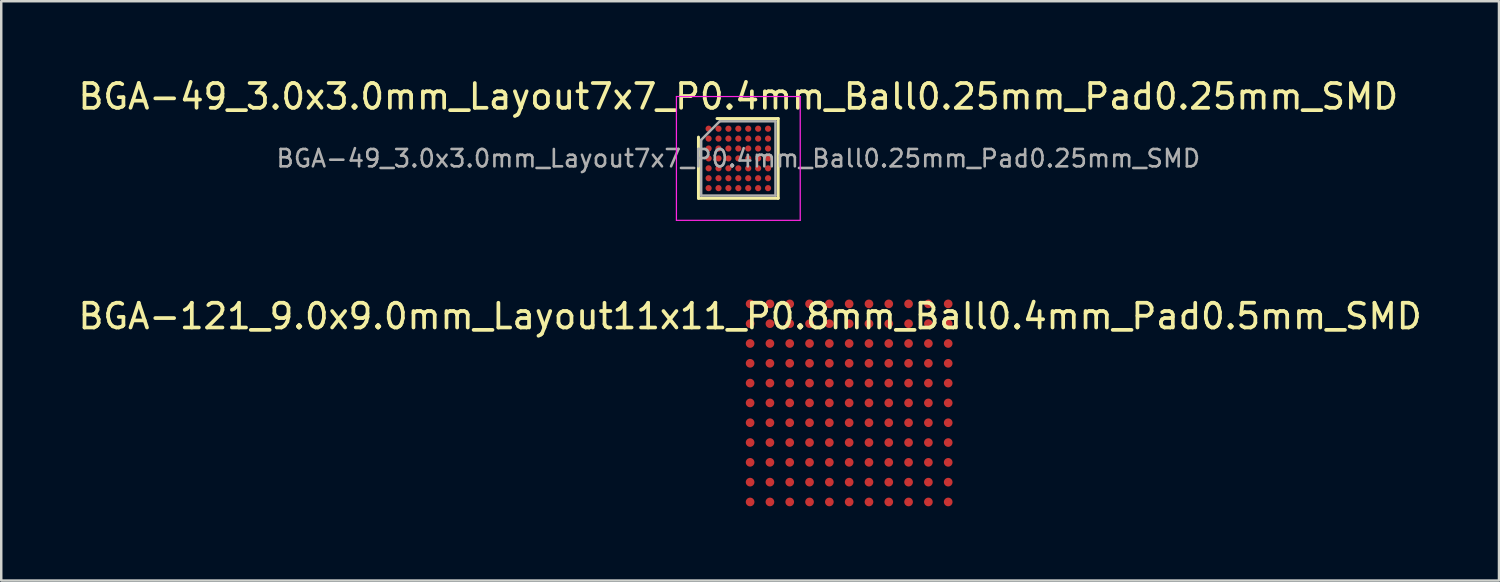
<source format=kicad_pcb>
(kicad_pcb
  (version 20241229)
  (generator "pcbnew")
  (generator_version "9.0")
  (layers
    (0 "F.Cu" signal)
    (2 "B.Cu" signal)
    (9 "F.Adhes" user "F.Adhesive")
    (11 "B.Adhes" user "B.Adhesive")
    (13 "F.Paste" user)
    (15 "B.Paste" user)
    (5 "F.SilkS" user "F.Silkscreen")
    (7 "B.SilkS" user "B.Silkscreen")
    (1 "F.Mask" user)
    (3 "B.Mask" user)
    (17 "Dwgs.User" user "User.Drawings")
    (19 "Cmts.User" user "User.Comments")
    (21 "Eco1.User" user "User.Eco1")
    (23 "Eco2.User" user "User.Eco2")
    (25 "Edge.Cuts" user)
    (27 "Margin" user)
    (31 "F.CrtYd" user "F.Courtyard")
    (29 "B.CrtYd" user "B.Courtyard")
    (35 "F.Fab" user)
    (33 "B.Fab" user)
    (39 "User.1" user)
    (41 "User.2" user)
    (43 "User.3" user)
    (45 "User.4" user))
  (footprint "BGA-121_9.0x9.0mm_Layout11x11_P0.8mm_Ball0.4mm_Pad0.5mm_SMD"
    (layer "F.Cu")
    (at 27.244 9.222)
    (property "Reference" "BGA-121_9.0x9.0mm_Layout11x11_P0.8mm_Ball0.4mm_Pad0.5mm_SMD" (at 0 0.5 0) (layer "F.SilkS") (effects (font (size 1 1) (thickness 0.15))))
    (attr through_hole)
    (pad "A1" smd circle (at 0 0) (size 0.35 0.35) (layers "F.Cu" "F.Mask" "F.Paste"))
    (pad "A2" smd circle (at 0.8 0) (size 0.35 0.35) (layers "F.Cu" "F.Mask" "F.Paste"))
    (pad "A3" smd circle (at 1.6 0) (size 0.35 0.35) (layers "F.Cu" "F.Mask" "F.Paste"))
    (pad "A4" smd circle (at 2.4 0) (size 0.35 0.35) (layers "F.Cu" "F.Mask" "F.Paste"))
    (pad "A5" smd circle (at 3.2 0) (size 0.35 0.35) (layers "F.Cu" "F.Mask" "F.Paste"))
    (pad "A6" smd circle (at 4 0) (size 0.35 0.35) (layers "F.Cu" "F.Mask" "F.Paste"))
    (pad "A7" smd circle (at 4.8 0) (size 0.35 0.35) (layers "F.Cu" "F.Mask" "F.Paste"))
    (pad "A8" smd circle (at 5.6 0) (size 0.35 0.35) (layers "F.Cu" "F.Mask" "F.Paste"))
    (pad "A9" smd circle (at 6.4 0) (size 0.35 0.35) (layers "F.Cu" "F.Mask" "F.Paste"))
    (pad "A10" smd circle (at 7.2 0) (size 0.35 0.35) (layers "F.Cu" "F.Mask" "F.Paste"))
    (pad "A11" smd circle (at 8 0) (size 0.35 0.35) (layers "F.Cu" "F.Mask" "F.Paste"))
    (pad "B1" smd circle (at 0 0.8) (size 0.35 0.35) (layers "F.Cu" "F.Mask" "F.Paste"))
    (pad "B2" smd circle (at 0.8 0.8) (size 0.35 0.35) (layers "F.Cu" "F.Mask" "F.Paste"))
    (pad "B3" smd circle (at 1.6 0.8) (size 0.35 0.35) (layers "F.Cu" "F.Mask" "F.Paste"))
    (pad "B4" smd circle (at 2.4 0.8) (size 0.35 0.35) (layers "F.Cu" "F.Mask" "F.Paste"))
    (pad "B5" smd circle (at 3.2 0.8) (size 0.35 0.35) (layers "F.Cu" "F.Mask" "F.Paste"))
    (pad "B6" smd circle (at 4 0.8) (size 0.35 0.35) (layers "F.Cu" "F.Mask" "F.Paste"))
    (pad "B7" smd circle (at 4.8 0.8) (size 0.35 0.35) (layers "F.Cu" "F.Mask" "F.Paste"))
    (pad "B8" smd circle (at 5.6 0.8) (size 0.35 0.35) (layers "F.Cu" "F.Mask" "F.Paste"))
    (pad "B9" smd circle (at 6.4 0.8) (size 0.35 0.35) (layers "F.Cu" "F.Mask" "F.Paste"))
    (pad "B10" smd circle (at 7.2 0.8) (size 0.35 0.35) (layers "F.Cu" "F.Mask" "F.Paste"))
    (pad "B11" smd circle (at 8 0.8) (size 0.35 0.35) (layers "F.Cu" "F.Mask" "F.Paste"))
    (pad "C1" smd circle (at 0 1.6) (size 0.35 0.35) (layers "F.Cu" "F.Mask" "F.Paste"))
    (pad "C2" smd circle (at 0.8 1.6) (size 0.35 0.35) (layers "F.Cu" "F.Mask" "F.Paste"))
    (pad "C3" smd circle (at 1.6 1.6) (size 0.35 0.35) (layers "F.Cu" "F.Mask" "F.Paste"))
    (pad "C4" smd circle (at 2.4 1.6) (size 0.35 0.35) (layers "F.Cu" "F.Mask" "F.Paste"))
    (pad "C5" smd circle (at 3.2 1.6) (size 0.35 0.35) (layers "F.Cu" "F.Mask" "F.Paste"))
    (pad "C6" smd circle (at 4 1.6) (size 0.35 0.35) (layers "F.Cu" "F.Mask" "F.Paste"))
    (pad "C7" smd circle (at 4.8 1.6) (size 0.35 0.35) (layers "F.Cu" "F.Mask" "F.Paste"))
    (pad "C8" smd circle (at 5.6 1.6) (size 0.35 0.35) (layers "F.Cu" "F.Mask" "F.Paste"))
    (pad "C9" smd circle (at 6.4 1.6) (size 0.35 0.35) (layers "F.Cu" "F.Mask" "F.Paste"))
    (pad "C10" smd circle (at 7.2 1.6) (size 0.35 0.35) (layers "F.Cu" "F.Mask" "F.Paste"))
    (pad "C11" smd circle (at 8 1.6) (size 0.35 0.35) (layers "F.Cu" "F.Mask" "F.Paste"))
    (pad "D1" smd circle (at 0 2.4) (size 0.35 0.35) (layers "F.Cu" "F.Mask" "F.Paste"))
    (pad "D2" smd circle (at 0.8 2.4) (size 0.35 0.35) (layers "F.Cu" "F.Mask" "F.Paste"))
    (pad "D3" smd circle (at 1.6 2.4) (size 0.35 0.35) (layers "F.Cu" "F.Mask" "F.Paste"))
    (pad "D4" smd circle (at 2.4 2.4) (size 0.35 0.35) (layers "F.Cu" "F.Mask" "F.Paste"))
    (pad "D5" smd circle (at 3.2 2.4) (size 0.35 0.35) (layers "F.Cu" "F.Mask" "F.Paste"))
    (pad "D6" smd circle (at 4 2.4) (size 0.35 0.35) (layers "F.Cu" "F.Mask" "F.Paste"))
    (pad "D7" smd circle (at 4.8 2.4) (size 0.35 0.35) (layers "F.Cu" "F.Mask" "F.Paste"))
    (pad "D8" smd circle (at 5.6 2.4) (size 0.35 0.35) (layers "F.Cu" "F.Mask" "F.Paste"))
    (pad "D9" smd circle (at 6.4 2.4) (size 0.35 0.35) (layers "F.Cu" "F.Mask" "F.Paste"))
    (pad "D10" smd circle (at 7.2 2.4) (size 0.35 0.35) (layers "F.Cu" "F.Mask" "F.Paste"))
    (pad "D11" smd circle (at 8 2.4) (size 0.35 0.35) (layers "F.Cu" "F.Mask" "F.Paste"))
    (pad "E1" smd circle (at 0 3.2) (size 0.35 0.35) (layers "F.Cu" "F.Mask" "F.Paste"))
    (pad "E2" smd circle (at 0.8 3.2) (size 0.35 0.35) (layers "F.Cu" "F.Mask" "F.Paste"))
    (pad "E3" smd circle (at 1.6 3.2) (size 0.35 0.35) (layers "F.Cu" "F.Mask" "F.Paste"))
    (pad "E4" smd circle (at 2.4 3.2) (size 0.35 0.35) (layers "F.Cu" "F.Mask" "F.Paste"))
    (pad "E5" smd circle (at 3.2 3.2) (size 0.35 0.35) (layers "F.Cu" "F.Mask" "F.Paste"))
    (pad "E6" smd circle (at 4 3.2) (size 0.35 0.35) (layers "F.Cu" "F.Mask" "F.Paste"))
    (pad "E7" smd circle (at 4.8 3.2) (size 0.35 0.35) (layers "F.Cu" "F.Mask" "F.Paste"))
    (pad "E8" smd circle (at 5.6 3.2) (size 0.35 0.35) (layers "F.Cu" "F.Mask" "F.Paste"))
    (pad "E9" smd circle (at 6.4 3.2) (size 0.35 0.35) (layers "F.Cu" "F.Mask" "F.Paste"))
    (pad "E10" smd circle (at 7.2 3.2) (size 0.35 0.35) (layers "F.Cu" "F.Mask" "F.Paste"))
    (pad "E11" smd circle (at 8 3.2) (size 0.35 0.35) (layers "F.Cu" "F.Mask" "F.Paste"))
    (pad "F1" smd circle (at 0 4) (size 0.35 0.35) (layers "F.Cu" "F.Mask" "F.Paste"))
    (pad "F2" smd circle (at 0.8 4) (size 0.35 0.35) (layers "F.Cu" "F.Mask" "F.Paste"))
    (pad "F3" smd circle (at 1.6 4) (size 0.35 0.35) (layers "F.Cu" "F.Mask" "F.Paste"))
    (pad "F4" smd circle (at 2.4 4) (size 0.35 0.35) (layers "F.Cu" "F.Mask" "F.Paste"))
    (pad "F5" smd circle (at 3.2 4) (size 0.35 0.35) (layers "F.Cu" "F.Mask" "F.Paste"))
    (pad "F6" smd circle (at 4 4) (size 0.35 0.35) (layers "F.Cu" "F.Mask" "F.Paste"))
    (pad "F7" smd circle (at 4.8 4) (size 0.35 0.35) (layers "F.Cu" "F.Mask" "F.Paste"))
    (pad "F8" smd circle (at 5.6 4) (size 0.35 0.35) (layers "F.Cu" "F.Mask" "F.Paste"))
    (pad "F9" smd circle (at 6.4 4) (size 0.35 0.35) (layers "F.Cu" "F.Mask" "F.Paste"))
    (pad "F10" smd circle (at 7.2 4) (size 0.35 0.35) (layers "F.Cu" "F.Mask" "F.Paste"))
    (pad "F11" smd circle (at 8 4) (size 0.35 0.35) (layers "F.Cu" "F.Mask" "F.Paste"))
    (pad "G1" smd circle (at 0 4.8) (size 0.35 0.35) (layers "F.Cu" "F.Mask" "F.Paste"))
    (pad "G2" smd circle (at 0.8 4.8) (size 0.35 0.35) (layers "F.Cu" "F.Mask" "F.Paste"))
    (pad "G3" smd circle (at 1.6 4.8) (size 0.35 0.35) (layers "F.Cu" "F.Mask" "F.Paste"))
    (pad "G4" smd circle (at 2.4 4.8) (size 0.35 0.35) (layers "F.Cu" "F.Mask" "F.Paste"))
    (pad "G5" smd circle (at 3.2 4.8) (size 0.35 0.35) (layers "F.Cu" "F.Mask" "F.Paste"))
    (pad "G6" smd circle (at 4 4.8) (size 0.35 0.35) (layers "F.Cu" "F.Mask" "F.Paste"))
    (pad "G7" smd circle (at 4.8 4.8) (size 0.35 0.35) (layers "F.Cu" "F.Mask" "F.Paste"))
    (pad "G8" smd circle (at 5.6 4.8) (size 0.35 0.35) (layers "F.Cu" "F.Mask" "F.Paste"))
    (pad "G9" smd circle (at 6.4 4.8) (size 0.35 0.35) (layers "F.Cu" "F.Mask" "F.Paste"))
    (pad "G10" smd circle (at 7.2 4.8) (size 0.35 0.35) (layers "F.Cu" "F.Mask" "F.Paste"))
    (pad "G11" smd circle (at 8 4.8) (size 0.35 0.35) (layers "F.Cu" "F.Mask" "F.Paste"))
    (pad "H1" smd circle (at 0 5.6) (size 0.35 0.35) (layers "F.Cu" "F.Mask" "F.Paste"))
    (pad "H2" smd circle (at 0.8 5.6) (size 0.35 0.35) (layers "F.Cu" "F.Mask" "F.Paste"))
    (pad "H3" smd circle (at 1.6 5.6) (size 0.35 0.35) (layers "F.Cu" "F.Mask" "F.Paste"))
    (pad "H4" smd circle (at 2.4 5.6) (size 0.35 0.35) (layers "F.Cu" "F.Mask" "F.Paste"))
    (pad "H5" smd circle (at 3.2 5.6) (size 0.35 0.35) (layers "F.Cu" "F.Mask" "F.Paste"))
    (pad "H6" smd circle (at 4 5.6) (size 0.35 0.35) (layers "F.Cu" "F.Mask" "F.Paste"))
    (pad "H7" smd circle (at 4.8 5.6) (size 0.35 0.35) (layers "F.Cu" "F.Mask" "F.Paste"))
    (pad "H8" smd circle (at 5.6 5.6) (size 0.35 0.35) (layers "F.Cu" "F.Mask" "F.Paste"))
    (pad "H9" smd circle (at 6.4 5.6) (size 0.35 0.35) (layers "F.Cu" "F.Mask" "F.Paste"))
    (pad "H10" smd circle (at 7.2 5.6) (size 0.35 0.35) (layers "F.Cu" "F.Mask" "F.Paste"))
    (pad "H11" smd circle (at 8 5.6) (size 0.35 0.35) (layers "F.Cu" "F.Mask" "F.Paste"))
    (pad "J1" smd circle (at 0 6.4) (size 0.35 0.35) (layers "F.Cu" "F.Mask" "F.Paste"))
    (pad "J2" smd circle (at 0.8 6.4) (size 0.35 0.35) (layers "F.Cu" "F.Mask" "F.Paste"))
    (pad "J3" smd circle (at 1.6 6.4) (size 0.35 0.35) (layers "F.Cu" "F.Mask" "F.Paste"))
    (pad "J4" smd circle (at 2.4 6.4) (size 0.35 0.35) (layers "F.Cu" "F.Mask" "F.Paste"))
    (pad "J5" smd circle (at 3.2 6.4) (size 0.35 0.35) (layers "F.Cu" "F.Mask" "F.Paste"))
    (pad "J6" smd circle (at 4 6.4) (size 0.35 0.35) (layers "F.Cu" "F.Mask" "F.Paste"))
    (pad "J7" smd circle (at 4.8 6.4) (size 0.35 0.35) (layers "F.Cu" "F.Mask" "F.Paste"))
    (pad "J8" smd circle (at 5.6 6.4) (size 0.35 0.35) (layers "F.Cu" "F.Mask" "F.Paste"))
    (pad "J9" smd circle (at 6.4 6.4) (size 0.35 0.35) (layers "F.Cu" "F.Mask" "F.Paste"))
    (pad "J10" smd circle (at 7.2 6.4) (size 0.35 0.35) (layers "F.Cu" "F.Mask" "F.Paste"))
    (pad "J11" smd circle (at 8 6.4) (size 0.35 0.35) (layers "F.Cu" "F.Mask" "F.Paste"))
    (pad "K1" smd circle (at 0 7.2) (size 0.35 0.35) (layers "F.Cu" "F.Mask" "F.Paste"))
    (pad "K2" smd circle (at 0.8 7.2) (size 0.35 0.35) (layers "F.Cu" "F.Mask" "F.Paste"))
    (pad "K3" smd circle (at 1.6 7.2) (size 0.35 0.35) (layers "F.Cu" "F.Mask" "F.Paste"))
    (pad "K4" smd circle (at 2.4 7.2) (size 0.35 0.35) (layers "F.Cu" "F.Mask" "F.Paste"))
    (pad "K5" smd circle (at 3.2 7.2) (size 0.35 0.35) (layers "F.Cu" "F.Mask" "F.Paste"))
    (pad "K6" smd circle (at 4 7.2) (size 0.35 0.35) (layers "F.Cu" "F.Mask" "F.Paste"))
    (pad "K7" smd circle (at 4.8 7.2) (size 0.35 0.35) (layers "F.Cu" "F.Mask" "F.Paste"))
    (pad "K8" smd circle (at 5.6 7.2) (size 0.35 0.35) (layers "F.Cu" "F.Mask" "F.Paste"))
    (pad "K9" smd circle (at 6.4 7.2) (size 0.35 0.35) (layers "F.Cu" "F.Mask" "F.Paste"))
    (pad "K10" smd circle (at 7.2 7.2) (size 0.35 0.35) (layers "F.Cu" "F.Mask" "F.Paste"))
    (pad "K11" smd circle (at 8 7.2) (size 0.35 0.35) (layers "F.Cu" "F.Mask" "F.Paste"))
    (pad "L1" smd circle (at 0 8) (size 0.35 0.35) (layers "F.Cu" "F.Mask" "F.Paste"))
    (pad "L2" smd circle (at 0.8 8) (size 0.35 0.35) (layers "F.Cu" "F.Mask" "F.Paste"))
    (pad "L3" smd circle (at 1.6 8) (size 0.35 0.35) (layers "F.Cu" "F.Mask" "F.Paste"))
    (pad "L4" smd circle (at 2.4 8) (size 0.35 0.35) (layers "F.Cu" "F.Mask" "F.Paste"))
    (pad "L5" smd circle (at 3.2 8) (size 0.35 0.35) (layers "F.Cu" "F.Mask" "F.Paste"))
    (pad "L6" smd circle (at 4 8) (size 0.35 0.35) (layers "F.Cu" "F.Mask" "F.Paste"))
    (pad "L7" smd circle (at 4.8 8) (size 0.35 0.35) (layers "F.Cu" "F.Mask" "F.Paste"))
    (pad "L8" smd circle (at 5.6 8) (size 0.35 0.35) (layers "F.Cu" "F.Mask" "F.Paste"))
    (pad "L9" smd circle (at 6.4 8) (size 0.35 0.35) (layers "F.Cu" "F.Mask" "F.Paste"))
    (pad "L10" smd circle (at 7.2 8) (size 0.35 0.35) (layers "F.Cu" "F.Mask" "F.Paste"))
    (pad "L11" smd circle (at 8 8) (size 0.35 0.35) (layers "F.Cu" "F.Mask" "F.Paste")))
  (footprint "BGA-49_3.0x3.0mm_Layout7x7_P0.4mm_Ball0.25mm_Pad0.25mm_SMD"
    (layer "F.Cu")
    (at 26.768 3.348)
    (property "Reference" "BGA-49_3.0x3.0mm_Layout7x7_P0.4mm_Ball0.25mm_Pad0.25mm_SMD" (at 0 -2.5 0) (layer "F.SilkS") (effects (font (size 1 1) (thickness 0.15))))
    (attr smd)
    (fp_line (start -1.61 1.61) (end -1.61 -0.86) (stroke (width 0.12) (type solid)) (layer "F.SilkS"))
    (fp_line (start -0.86 -1.61) (end 1.61 -1.61) (stroke (width 0.12) (type solid)) (layer "F.SilkS"))
    (fp_line (start 1.61 -1.61) (end 1.61 1.61) (stroke (width 0.12) (type solid)) (layer "F.SilkS"))
    (fp_line (start 1.61 1.61) (end -1.61 1.61) (stroke (width 0.12) (type solid)) (layer "F.SilkS"))
    (fp_line (start -2.5 -2.5) (end -2.5 2.5) (stroke (width 0.05) (type solid)) (layer "F.CrtYd"))
    (fp_line (start -2.5 2.5) (end 2.5 2.5) (stroke (width 0.05) (type solid)) (layer "F.CrtYd"))
    (fp_line (start 2.5 -2.5) (end -2.5 -2.5) (stroke (width 0.05) (type solid)) (layer "F.CrtYd"))
    (fp_line (start 2.5 2.5) (end 2.5 -2.5) (stroke (width 0.05) (type solid)) (layer "F.CrtYd"))
    (fp_line (start -1.5 -0.75) (end -0.75 -1.5) (stroke (width 0.1) (type solid)) (layer "F.Fab"))
    (fp_line (start -1.5 1.5) (end -1.5 -0.75) (stroke (width 0.1) (type solid)) (layer "F.Fab"))
    (fp_line (start -0.75 -1.5) (end 1.5 -1.5) (stroke (width 0.1) (type solid)) (layer "F.Fab"))
    (fp_line (start 1.5 -1.5) (end 1.5 1.5) (stroke (width 0.1) (type solid)) (layer "F.Fab"))
    (fp_line (start 1.5 1.5) (end -1.5 1.5) (stroke (width 0.1) (type solid)) (layer "F.Fab"))
    (fp_text user "${REFERENCE}" (at 0 0 0) (layer "F.Fab") (effects (font (size 0.7 0.7) (thickness 0.105))))
    (pad "A1" smd circle (at -1.2 -1.2) (size 0.25 0.25) (layers "F.Cu" "F.Mask" "F.Paste"))
    (pad "A2" smd circle (at -0.8 -1.2) (size 0.25 0.25) (layers "F.Cu" "F.Mask" "F.Paste"))
    (pad "A3" smd circle (at -0.4 -1.2) (size 0.25 0.25) (layers "F.Cu" "F.Mask" "F.Paste"))
    (pad "A4" smd circle (at 0 -1.2) (size 0.25 0.25) (layers "F.Cu" "F.Mask" "F.Paste"))
    (pad "A5" smd circle (at 0.4 -1.2) (size 0.25 0.25) (layers "F.Cu" "F.Mask" "F.Paste"))
    (pad "A6" smd circle (at 0.8 -1.2) (size 0.25 0.25) (layers "F.Cu" "F.Mask" "F.Paste"))
    (pad "A7" smd circle (at 1.2 -1.2) (size 0.25 0.25) (layers "F.Cu" "F.Mask" "F.Paste"))
    (pad "B1" smd circle (at -1.2 -0.8) (size 0.25 0.25) (layers "F.Cu" "F.Mask" "F.Paste"))
    (pad "B2" smd circle (at -0.8 -0.8) (size 0.25 0.25) (layers "F.Cu" "F.Mask" "F.Paste"))
    (pad "B3" smd circle (at -0.4 -0.8) (size 0.25 0.25) (layers "F.Cu" "F.Mask" "F.Paste"))
    (pad "B4" smd circle (at 0 -0.8) (size 0.25 0.25) (layers "F.Cu" "F.Mask" "F.Paste"))
    (pad "B5" smd circle (at 0.4 -0.8) (size 0.25 0.25) (layers "F.Cu" "F.Mask" "F.Paste"))
    (pad "B6" smd circle (at 0.8 -0.8) (size 0.25 0.25) (layers "F.Cu" "F.Mask" "F.Paste"))
    (pad "B7" smd circle (at 1.2 -0.8) (size 0.25 0.25) (layers "F.Cu" "F.Mask" "F.Paste"))
    (pad "C1" smd circle (at -1.2 -0.4) (size 0.25 0.25) (layers "F.Cu" "F.Mask" "F.Paste"))
    (pad "C2" smd circle (at -0.8 -0.4) (size 0.25 0.25) (layers "F.Cu" "F.Mask" "F.Paste"))
    (pad "C3" smd circle (at -0.4 -0.4) (size 0.25 0.25) (layers "F.Cu" "F.Mask" "F.Paste"))
    (pad "C4" smd circle (at 0 -0.4) (size 0.25 0.25) (layers "F.Cu" "F.Mask" "F.Paste"))
    (pad "C5" smd circle (at 0.4 -0.4) (size 0.25 0.25) (layers "F.Cu" "F.Mask" "F.Paste"))
    (pad "C6" smd circle (at 0.8 -0.4) (size 0.25 0.25) (layers "F.Cu" "F.Mask" "F.Paste"))
    (pad "C7" smd circle (at 1.2 -0.4) (size 0.25 0.25) (layers "F.Cu" "F.Mask" "F.Paste"))
    (pad "D1" smd circle (at -1.2 0) (size 0.25 0.25) (layers "F.Cu" "F.Mask" "F.Paste"))
    (pad "D2" smd circle (at -0.8 0) (size 0.25 0.25) (layers "F.Cu" "F.Mask" "F.Paste"))
    (pad "D3" smd circle (at -0.4 0) (size 0.25 0.25) (layers "F.Cu" "F.Mask" "F.Paste"))
    (pad "D4" smd circle (at 0 0) (size 0.25 0.25) (layers "F.Cu" "F.Mask" "F.Paste"))
    (pad "D5" smd circle (at 0.4 0) (size 0.25 0.25) (layers "F.Cu" "F.Mask" "F.Paste"))
    (pad "D6" smd circle (at 0.8 0) (size 0.25 0.25) (layers "F.Cu" "F.Mask" "F.Paste"))
    (pad "D7" smd circle (at 1.2 0) (size 0.25 0.25) (layers "F.Cu" "F.Mask" "F.Paste"))
    (pad "E1" smd circle (at -1.2 0.4) (size 0.25 0.25) (layers "F.Cu" "F.Mask" "F.Paste"))
    (pad "E2" smd circle (at -0.8 0.4) (size 0.25 0.25) (layers "F.Cu" "F.Mask" "F.Paste"))
    (pad "E3" smd circle (at -0.4 0.4) (size 0.25 0.25) (layers "F.Cu" "F.Mask" "F.Paste"))
    (pad "E4" smd circle (at 0 0.4) (size 0.25 0.25) (layers "F.Cu" "F.Mask" "F.Paste"))
    (pad "E5" smd circle (at 0.4 0.4) (size 0.25 0.25) (layers "F.Cu" "F.Mask" "F.Paste"))
    (pad "E6" smd circle (at 0.8 0.4) (size 0.25 0.25) (layers "F.Cu" "F.Mask" "F.Paste"))
    (pad "E7" smd circle (at 1.2 0.4) (size 0.25 0.25) (layers "F.Cu" "F.Mask" "F.Paste"))
    (pad "F1" smd circle (at -1.2 0.8) (size 0.25 0.25) (layers "F.Cu" "F.Mask" "F.Paste"))
    (pad "F2" smd circle (at -0.8 0.8) (size 0.25 0.25) (layers "F.Cu" "F.Mask" "F.Paste"))
    (pad "F3" smd circle (at -0.4 0.8) (size 0.25 0.25) (layers "F.Cu" "F.Mask" "F.Paste"))
    (pad "F4" smd circle (at 0 0.8) (size 0.25 0.25) (layers "F.Cu" "F.Mask" "F.Paste"))
    (pad "F5" smd circle (at 0.4 0.8) (size 0.25 0.25) (layers "F.Cu" "F.Mask" "F.Paste"))
    (pad "F6" smd circle (at 0.8 0.8) (size 0.25 0.25) (layers "F.Cu" "F.Mask" "F.Paste"))
    (pad "F7" smd circle (at 1.2 0.8) (size 0.25 0.25) (layers "F.Cu" "F.Mask" "F.Paste"))
    (pad "G1" smd circle (at -1.2 1.2) (size 0.25 0.25) (layers "F.Cu" "F.Mask" "F.Paste"))
    (pad "G2" smd circle (at -0.8 1.2) (size 0.25 0.25) (layers "F.Cu" "F.Mask" "F.Paste"))
    (pad "G3" smd circle (at -0.4 1.2) (size 0.25 0.25) (layers "F.Cu" "F.Mask" "F.Paste"))
    (pad "G4" smd circle (at 0 1.2) (size 0.25 0.25) (layers "F.Cu" "F.Mask" "F.Paste"))
    (pad "G5" smd circle (at 0.4 1.2) (size 0.25 0.25) (layers "F.Cu" "F.Mask" "F.Paste"))
    (pad "G6" smd circle (at 0.8 1.2) (size 0.25 0.25) (layers "F.Cu" "F.Mask" "F.Paste"))
    (pad "G7" smd circle (at 1.2 1.2) (size 0.25 0.25) (layers "F.Cu" "F.Mask" "F.Paste")))
  (gr_rect
    (start -3 -3)
    (end 57.488 20.396)
    (stroke (width 0.1) (type default))
    (fill no)
    (layer "Edge.Cuts")))
</source>
